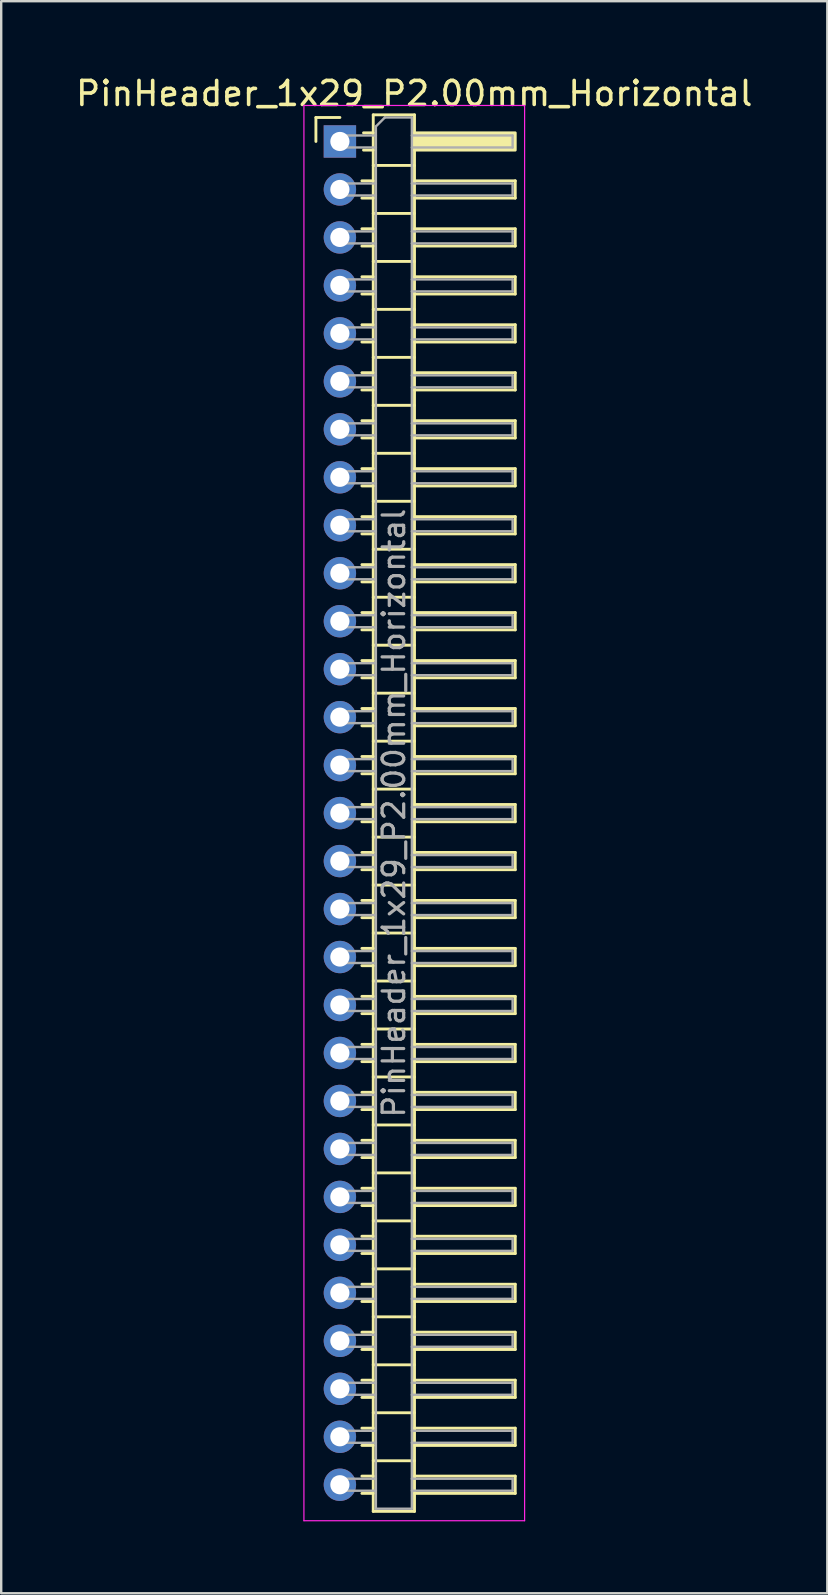
<source format=kicad_pcb>
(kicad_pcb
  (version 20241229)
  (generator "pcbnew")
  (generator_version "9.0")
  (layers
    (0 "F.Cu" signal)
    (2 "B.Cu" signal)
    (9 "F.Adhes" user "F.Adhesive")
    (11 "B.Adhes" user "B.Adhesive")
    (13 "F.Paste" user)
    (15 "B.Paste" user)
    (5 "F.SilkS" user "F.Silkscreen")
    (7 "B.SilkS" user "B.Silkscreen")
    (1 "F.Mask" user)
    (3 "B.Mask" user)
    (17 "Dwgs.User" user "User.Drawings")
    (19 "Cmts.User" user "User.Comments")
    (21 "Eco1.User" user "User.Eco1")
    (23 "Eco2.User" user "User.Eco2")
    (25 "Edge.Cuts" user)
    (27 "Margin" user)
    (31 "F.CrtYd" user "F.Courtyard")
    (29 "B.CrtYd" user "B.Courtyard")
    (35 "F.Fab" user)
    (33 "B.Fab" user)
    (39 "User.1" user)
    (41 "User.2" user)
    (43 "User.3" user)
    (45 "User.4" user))
  (footprint "PinHeader_1x29_P2.00mm_Horizontal"
    (layer "F.Cu")
    (at 11.12 2.848)
    (property "Reference" "PinHeader_1x29_P2.00mm_Horizontal" (at 3.1 -2 0) (layer "F.SilkS") (effects (font (size 1 1) (thickness 0.15))))
    (attr through_hole)
    (fp_line (start -1 -1) (end 0 -1) (stroke (width 0.12) (type solid)) (layer "F.SilkS"))
    (fp_line (start -1 0) (end -1 -1) (stroke (width 0.12) (type solid)) (layer "F.SilkS"))
    (fp_line (start 0.917 1.64) (end 1.39 1.64) (stroke (width 0.12) (type solid)) (layer "F.SilkS"))
    (fp_line (start 0.917 2.36) (end 1.39 2.36) (stroke (width 0.12) (type solid)) (layer "F.SilkS"))
    (fp_line (start 0.917 3.64) (end 1.39 3.64) (stroke (width 0.12) (type solid)) (layer "F.SilkS"))
    (fp_line (start 0.917 4.36) (end 1.39 4.36) (stroke (width 0.12) (type solid)) (layer "F.SilkS"))
    (fp_line (start 0.917 5.64) (end 1.39 5.64) (stroke (width 0.12) (type solid)) (layer "F.SilkS"))
    (fp_line (start 0.917 6.36) (end 1.39 6.36) (stroke (width 0.12) (type solid)) (layer "F.SilkS"))
    (fp_line (start 0.917 7.64) (end 1.39 7.64) (stroke (width 0.12) (type solid)) (layer "F.SilkS"))
    (fp_line (start 0.917 8.36) (end 1.39 8.36) (stroke (width 0.12) (type solid)) (layer "F.SilkS"))
    (fp_line (start 0.917 9.64) (end 1.39 9.64) (stroke (width 0.12) (type solid)) (layer "F.SilkS"))
    (fp_line (start 0.917 10.36) (end 1.39 10.36) (stroke (width 0.12) (type solid)) (layer "F.SilkS"))
    (fp_line (start 0.917 11.64) (end 1.39 11.64) (stroke (width 0.12) (type solid)) (layer "F.SilkS"))
    (fp_line (start 0.917 12.36) (end 1.39 12.36) (stroke (width 0.12) (type solid)) (layer "F.SilkS"))
    (fp_line (start 0.917 13.64) (end 1.39 13.64) (stroke (width 0.12) (type solid)) (layer "F.SilkS"))
    (fp_line (start 0.917 14.36) (end 1.39 14.36) (stroke (width 0.12) (type solid)) (layer "F.SilkS"))
    (fp_line (start 0.917 15.64) (end 1.39 15.64) (stroke (width 0.12) (type solid)) (layer "F.SilkS"))
    (fp_line (start 0.917 16.36) (end 1.39 16.36) (stroke (width 0.12) (type solid)) (layer "F.SilkS"))
    (fp_line (start 0.917 17.64) (end 1.39 17.64) (stroke (width 0.12) (type solid)) (layer "F.SilkS"))
    (fp_line (start 0.917 18.36) (end 1.39 18.36) (stroke (width 0.12) (type solid)) (layer "F.SilkS"))
    (fp_line (start 0.917 19.64) (end 1.39 19.64) (stroke (width 0.12) (type solid)) (layer "F.SilkS"))
    (fp_line (start 0.917 20.36) (end 1.39 20.36) (stroke (width 0.12) (type solid)) (layer "F.SilkS"))
    (fp_line (start 0.917 21.64) (end 1.39 21.64) (stroke (width 0.12) (type solid)) (layer "F.SilkS"))
    (fp_line (start 0.917 22.36) (end 1.39 22.36) (stroke (width 0.12) (type solid)) (layer "F.SilkS"))
    (fp_line (start 0.917 23.64) (end 1.39 23.64) (stroke (width 0.12) (type solid)) (layer "F.SilkS"))
    (fp_line (start 0.917 24.36) (end 1.39 24.36) (stroke (width 0.12) (type solid)) (layer "F.SilkS"))
    (fp_line (start 0.917 25.64) (end 1.39 25.64) (stroke (width 0.12) (type solid)) (layer "F.SilkS"))
    (fp_line (start 0.917 26.36) (end 1.39 26.36) (stroke (width 0.12) (type solid)) (layer "F.SilkS"))
    (fp_line (start 0.917 27.64) (end 1.39 27.64) (stroke (width 0.12) (type solid)) (layer "F.SilkS"))
    (fp_line (start 0.917 28.36) (end 1.39 28.36) (stroke (width 0.12) (type solid)) (layer "F.SilkS"))
    (fp_line (start 0.917 29.64) (end 1.39 29.64) (stroke (width 0.12) (type solid)) (layer "F.SilkS"))
    (fp_line (start 0.917 30.36) (end 1.39 30.36) (stroke (width 0.12) (type solid)) (layer "F.SilkS"))
    (fp_line (start 0.917 31.64) (end 1.39 31.64) (stroke (width 0.12) (type solid)) (layer "F.SilkS"))
    (fp_line (start 0.917 32.36) (end 1.39 32.36) (stroke (width 0.12) (type solid)) (layer "F.SilkS"))
    (fp_line (start 0.917 33.64) (end 1.39 33.64) (stroke (width 0.12) (type solid)) (layer "F.SilkS"))
    (fp_line (start 0.917 34.36) (end 1.39 34.36) (stroke (width 0.12) (type solid)) (layer "F.SilkS"))
    (fp_line (start 0.917 35.64) (end 1.39 35.64) (stroke (width 0.12) (type solid)) (layer "F.SilkS"))
    (fp_line (start 0.917 36.36) (end 1.39 36.36) (stroke (width 0.12) (type solid)) (layer "F.SilkS"))
    (fp_line (start 0.917 37.64) (end 1.39 37.64) (stroke (width 0.12) (type solid)) (layer "F.SilkS"))
    (fp_line (start 0.917 38.36) (end 1.39 38.36) (stroke (width 0.12) (type solid)) (layer "F.SilkS"))
    (fp_line (start 0.917 39.64) (end 1.39 39.64) (stroke (width 0.12) (type solid)) (layer "F.SilkS"))
    (fp_line (start 0.917 40.36) (end 1.39 40.36) (stroke (width 0.12) (type solid)) (layer "F.SilkS"))
    (fp_line (start 0.917 41.64) (end 1.39 41.64) (stroke (width 0.12) (type solid)) (layer "F.SilkS"))
    (fp_line (start 0.917 42.36) (end 1.39 42.36) (stroke (width 0.12) (type solid)) (layer "F.SilkS"))
    (fp_line (start 0.917 43.64) (end 1.39 43.64) (stroke (width 0.12) (type solid)) (layer "F.SilkS"))
    (fp_line (start 0.917 44.36) (end 1.39 44.36) (stroke (width 0.12) (type solid)) (layer "F.SilkS"))
    (fp_line (start 0.917 45.64) (end 1.39 45.64) (stroke (width 0.12) (type solid)) (layer "F.SilkS"))
    (fp_line (start 0.917 46.36) (end 1.39 46.36) (stroke (width 0.12) (type solid)) (layer "F.SilkS"))
    (fp_line (start 0.917 47.64) (end 1.39 47.64) (stroke (width 0.12) (type solid)) (layer "F.SilkS"))
    (fp_line (start 0.917 48.36) (end 1.39 48.36) (stroke (width 0.12) (type solid)) (layer "F.SilkS"))
    (fp_line (start 0.917 49.64) (end 1.39 49.64) (stroke (width 0.12) (type solid)) (layer "F.SilkS"))
    (fp_line (start 0.917 50.36) (end 1.39 50.36) (stroke (width 0.12) (type solid)) (layer "F.SilkS"))
    (fp_line (start 0.917 51.64) (end 1.39 51.64) (stroke (width 0.12) (type solid)) (layer "F.SilkS"))
    (fp_line (start 0.917 52.36) (end 1.39 52.36) (stroke (width 0.12) (type solid)) (layer "F.SilkS"))
    (fp_line (start 0.917 53.64) (end 1.39 53.64) (stroke (width 0.12) (type solid)) (layer "F.SilkS"))
    (fp_line (start 0.917 54.36) (end 1.39 54.36) (stroke (width 0.12) (type solid)) (layer "F.SilkS"))
    (fp_line (start 0.917 55.64) (end 1.39 55.64) (stroke (width 0.12) (type solid)) (layer "F.SilkS"))
    (fp_line (start 0.917 56.36) (end 1.39 56.36) (stroke (width 0.12) (type solid)) (layer "F.SilkS"))
    (fp_line (start 0.985 -0.36) (end 1.39 -0.36) (stroke (width 0.12) (type solid)) (layer "F.SilkS"))
    (fp_line (start 0.985 0.36) (end 1.39 0.36) (stroke (width 0.12) (type solid)) (layer "F.SilkS"))
    (fp_line (start 1.39 -1.11) (end 1.39 57.11) (stroke (width 0.12) (type solid)) (layer "F.SilkS"))
    (fp_line (start 1.39 1) (end 3.11 1) (stroke (width 0.12) (type solid)) (layer "F.SilkS"))
    (fp_line (start 1.39 3) (end 3.11 3) (stroke (width 0.12) (type solid)) (layer "F.SilkS"))
    (fp_line (start 1.39 5) (end 3.11 5) (stroke (width 0.12) (type solid)) (layer "F.SilkS"))
    (fp_line (start 1.39 7) (end 3.11 7) (stroke (width 0.12) (type solid)) (layer "F.SilkS"))
    (fp_line (start 1.39 9) (end 3.11 9) (stroke (width 0.12) (type solid)) (layer "F.SilkS"))
    (fp_line (start 1.39 11) (end 3.11 11) (stroke (width 0.12) (type solid)) (layer "F.SilkS"))
    (fp_line (start 1.39 13) (end 3.11 13) (stroke (width 0.12) (type solid)) (layer "F.SilkS"))
    (fp_line (start 1.39 15) (end 3.11 15) (stroke (width 0.12) (type solid)) (layer "F.SilkS"))
    (fp_line (start 1.39 17) (end 3.11 17) (stroke (width 0.12) (type solid)) (layer "F.SilkS"))
    (fp_line (start 1.39 19) (end 3.11 19) (stroke (width 0.12) (type solid)) (layer "F.SilkS"))
    (fp_line (start 1.39 21) (end 3.11 21) (stroke (width 0.12) (type solid)) (layer "F.SilkS"))
    (fp_line (start 1.39 23) (end 3.11 23) (stroke (width 0.12) (type solid)) (layer "F.SilkS"))
    (fp_line (start 1.39 25) (end 3.11 25) (stroke (width 0.12) (type solid)) (layer "F.SilkS"))
    (fp_line (start 1.39 27) (end 3.11 27) (stroke (width 0.12) (type solid)) (layer "F.SilkS"))
    (fp_line (start 1.39 29) (end 3.11 29) (stroke (width 0.12) (type solid)) (layer "F.SilkS"))
    (fp_line (start 1.39 31) (end 3.11 31) (stroke (width 0.12) (type solid)) (layer "F.SilkS"))
    (fp_line (start 1.39 33) (end 3.11 33) (stroke (width 0.12) (type solid)) (layer "F.SilkS"))
    (fp_line (start 1.39 35) (end 3.11 35) (stroke (width 0.12) (type solid)) (layer "F.SilkS"))
    (fp_line (start 1.39 37) (end 3.11 37) (stroke (width 0.12) (type solid)) (layer "F.SilkS"))
    (fp_line (start 1.39 39) (end 3.11 39) (stroke (width 0.12) (type solid)) (layer "F.SilkS"))
    (fp_line (start 1.39 41) (end 3.11 41) (stroke (width 0.12) (type solid)) (layer "F.SilkS"))
    (fp_line (start 1.39 43) (end 3.11 43) (stroke (width 0.12) (type solid)) (layer "F.SilkS"))
    (fp_line (start 1.39 45) (end 3.11 45) (stroke (width 0.12) (type solid)) (layer "F.SilkS"))
    (fp_line (start 1.39 47) (end 3.11 47) (stroke (width 0.12) (type solid)) (layer "F.SilkS"))
    (fp_line (start 1.39 49) (end 3.11 49) (stroke (width 0.12) (type solid)) (layer "F.SilkS"))
    (fp_line (start 1.39 51) (end 3.11 51) (stroke (width 0.12) (type solid)) (layer "F.SilkS"))
    (fp_line (start 1.39 53) (end 3.11 53) (stroke (width 0.12) (type solid)) (layer "F.SilkS"))
    (fp_line (start 1.39 55) (end 3.11 55) (stroke (width 0.12) (type solid)) (layer "F.SilkS"))
    (fp_line (start 1.39 57.11) (end 3.11 57.11) (stroke (width 0.12) (type solid)) (layer "F.SilkS"))
    (fp_line (start 3.11 -1.11) (end 1.39 -1.11) (stroke (width 0.12) (type solid)) (layer "F.SilkS"))
    (fp_line (start 3.11 1.64) (end 7.31 1.64) (stroke (width 0.12) (type solid)) (layer "F.SilkS"))
    (fp_line (start 3.11 3.64) (end 7.31 3.64) (stroke (width 0.12) (type solid)) (layer "F.SilkS"))
    (fp_line (start 3.11 5.64) (end 7.31 5.64) (stroke (width 0.12) (type solid)) (layer "F.SilkS"))
    (fp_line (start 3.11 7.64) (end 7.31 7.64) (stroke (width 0.12) (type solid)) (layer "F.SilkS"))
    (fp_line (start 3.11 9.64) (end 7.31 9.64) (stroke (width 0.12) (type solid)) (layer "F.SilkS"))
    (fp_line (start 3.11 11.64) (end 7.31 11.64) (stroke (width 0.12) (type solid)) (layer "F.SilkS"))
    (fp_line (start 3.11 13.64) (end 7.31 13.64) (stroke (width 0.12) (type solid)) (layer "F.SilkS"))
    (fp_line (start 3.11 15.64) (end 7.31 15.64) (stroke (width 0.12) (type solid)) (layer "F.SilkS"))
    (fp_line (start 3.11 17.64) (end 7.31 17.64) (stroke (width 0.12) (type solid)) (layer "F.SilkS"))
    (fp_line (start 3.11 19.64) (end 7.31 19.64) (stroke (width 0.12) (type solid)) (layer "F.SilkS"))
    (fp_line (start 3.11 21.64) (end 7.31 21.64) (stroke (width 0.12) (type solid)) (layer "F.SilkS"))
    (fp_line (start 3.11 23.64) (end 7.31 23.64) (stroke (width 0.12) (type solid)) (layer "F.SilkS"))
    (fp_line (start 3.11 25.64) (end 7.31 25.64) (stroke (width 0.12) (type solid)) (layer "F.SilkS"))
    (fp_line (start 3.11 27.64) (end 7.31 27.64) (stroke (width 0.12) (type solid)) (layer "F.SilkS"))
    (fp_line (start 3.11 29.64) (end 7.31 29.64) (stroke (width 0.12) (type solid)) (layer "F.SilkS"))
    (fp_line (start 3.11 31.64) (end 7.31 31.64) (stroke (width 0.12) (type solid)) (layer "F.SilkS"))
    (fp_line (start 3.11 33.64) (end 7.31 33.64) (stroke (width 0.12) (type solid)) (layer "F.SilkS"))
    (fp_line (start 3.11 35.64) (end 7.31 35.64) (stroke (width 0.12) (type solid)) (layer "F.SilkS"))
    (fp_line (start 3.11 37.64) (end 7.31 37.64) (stroke (width 0.12) (type solid)) (layer "F.SilkS"))
    (fp_line (start 3.11 39.64) (end 7.31 39.64) (stroke (width 0.12) (type solid)) (layer "F.SilkS"))
    (fp_line (start 3.11 41.64) (end 7.31 41.64) (stroke (width 0.12) (type solid)) (layer "F.SilkS"))
    (fp_line (start 3.11 43.64) (end 7.31 43.64) (stroke (width 0.12) (type solid)) (layer "F.SilkS"))
    (fp_line (start 3.11 45.64) (end 7.31 45.64) (stroke (width 0.12) (type solid)) (layer "F.SilkS"))
    (fp_line (start 3.11 47.64) (end 7.31 47.64) (stroke (width 0.12) (type solid)) (layer "F.SilkS"))
    (fp_line (start 3.11 49.64) (end 7.31 49.64) (stroke (width 0.12) (type solid)) (layer "F.SilkS"))
    (fp_line (start 3.11 51.64) (end 7.31 51.64) (stroke (width 0.12) (type solid)) (layer "F.SilkS"))
    (fp_line (start 3.11 53.64) (end 7.31 53.64) (stroke (width 0.12) (type solid)) (layer "F.SilkS"))
    (fp_line (start 3.11 55.64) (end 7.31 55.64) (stroke (width 0.12) (type solid)) (layer "F.SilkS"))
    (fp_line (start 3.11 57.11) (end 3.11 -1.11) (stroke (width 0.12) (type solid)) (layer "F.SilkS"))
    (fp_line (start 7.31 1.64) (end 7.31 2.36) (stroke (width 0.12) (type solid)) (layer "F.SilkS"))
    (fp_line (start 7.31 2.36) (end 3.11 2.36) (stroke (width 0.12) (type solid)) (layer "F.SilkS"))
    (fp_line (start 7.31 3.64) (end 7.31 4.36) (stroke (width 0.12) (type solid)) (layer "F.SilkS"))
    (fp_line (start 7.31 4.36) (end 3.11 4.36) (stroke (width 0.12) (type solid)) (layer "F.SilkS"))
    (fp_line (start 7.31 5.64) (end 7.31 6.36) (stroke (width 0.12) (type solid)) (layer "F.SilkS"))
    (fp_line (start 7.31 6.36) (end 3.11 6.36) (stroke (width 0.12) (type solid)) (layer "F.SilkS"))
    (fp_line (start 7.31 7.64) (end 7.31 8.36) (stroke (width 0.12) (type solid)) (layer "F.SilkS"))
    (fp_line (start 7.31 8.36) (end 3.11 8.36) (stroke (width 0.12) (type solid)) (layer "F.SilkS"))
    (fp_line (start 7.31 9.64) (end 7.31 10.36) (stroke (width 0.12) (type solid)) (layer "F.SilkS"))
    (fp_line (start 7.31 10.36) (end 3.11 10.36) (stroke (width 0.12) (type solid)) (layer "F.SilkS"))
    (fp_line (start 7.31 11.64) (end 7.31 12.36) (stroke (width 0.12) (type solid)) (layer "F.SilkS"))
    (fp_line (start 7.31 12.36) (end 3.11 12.36) (stroke (width 0.12) (type solid)) (layer "F.SilkS"))
    (fp_line (start 7.31 13.64) (end 7.31 14.36) (stroke (width 0.12) (type solid)) (layer "F.SilkS"))
    (fp_line (start 7.31 14.36) (end 3.11 14.36) (stroke (width 0.12) (type solid)) (layer "F.SilkS"))
    (fp_line (start 7.31 15.64) (end 7.31 16.36) (stroke (width 0.12) (type solid)) (layer "F.SilkS"))
    (fp_line (start 7.31 16.36) (end 3.11 16.36) (stroke (width 0.12) (type solid)) (layer "F.SilkS"))
    (fp_line (start 7.31 17.64) (end 7.31 18.36) (stroke (width 0.12) (type solid)) (layer "F.SilkS"))
    (fp_line (start 7.31 18.36) (end 3.11 18.36) (stroke (width 0.12) (type solid)) (layer "F.SilkS"))
    (fp_line (start 7.31 19.64) (end 7.31 20.36) (stroke (width 0.12) (type solid)) (layer "F.SilkS"))
    (fp_line (start 7.31 20.36) (end 3.11 20.36) (stroke (width 0.12) (type solid)) (layer "F.SilkS"))
    (fp_line (start 7.31 21.64) (end 7.31 22.36) (stroke (width 0.12) (type solid)) (layer "F.SilkS"))
    (fp_line (start 7.31 22.36) (end 3.11 22.36) (stroke (width 0.12) (type solid)) (layer "F.SilkS"))
    (fp_line (start 7.31 23.64) (end 7.31 24.36) (stroke (width 0.12) (type solid)) (layer "F.SilkS"))
    (fp_line (start 7.31 24.36) (end 3.11 24.36) (stroke (width 0.12) (type solid)) (layer "F.SilkS"))
    (fp_line (start 7.31 25.64) (end 7.31 26.36) (stroke (width 0.12) (type solid)) (layer "F.SilkS"))
    (fp_line (start 7.31 26.36) (end 3.11 26.36) (stroke (width 0.12) (type solid)) (layer "F.SilkS"))
    (fp_line (start 7.31 27.64) (end 7.31 28.36) (stroke (width 0.12) (type solid)) (layer "F.SilkS"))
    (fp_line (start 7.31 28.36) (end 3.11 28.36) (stroke (width 0.12) (type solid)) (layer "F.SilkS"))
    (fp_line (start 7.31 29.64) (end 7.31 30.36) (stroke (width 0.12) (type solid)) (layer "F.SilkS"))
    (fp_line (start 7.31 30.36) (end 3.11 30.36) (stroke (width 0.12) (type solid)) (layer "F.SilkS"))
    (fp_line (start 7.31 31.64) (end 7.31 32.36) (stroke (width 0.12) (type solid)) (layer "F.SilkS"))
    (fp_line (start 7.31 32.36) (end 3.11 32.36) (stroke (width 0.12) (type solid)) (layer "F.SilkS"))
    (fp_line (start 7.31 33.64) (end 7.31 34.36) (stroke (width 0.12) (type solid)) (layer "F.SilkS"))
    (fp_line (start 7.31 34.36) (end 3.11 34.36) (stroke (width 0.12) (type solid)) (layer "F.SilkS"))
    (fp_line (start 7.31 35.64) (end 7.31 36.36) (stroke (width 0.12) (type solid)) (layer "F.SilkS"))
    (fp_line (start 7.31 36.36) (end 3.11 36.36) (stroke (width 0.12) (type solid)) (layer "F.SilkS"))
    (fp_line (start 7.31 37.64) (end 7.31 38.36) (stroke (width 0.12) (type solid)) (layer "F.SilkS"))
    (fp_line (start 7.31 38.36) (end 3.11 38.36) (stroke (width 0.12) (type solid)) (layer "F.SilkS"))
    (fp_line (start 7.31 39.64) (end 7.31 40.36) (stroke (width 0.12) (type solid)) (layer "F.SilkS"))
    (fp_line (start 7.31 40.36) (end 3.11 40.36) (stroke (width 0.12) (type solid)) (layer "F.SilkS"))
    (fp_line (start 7.31 41.64) (end 7.31 42.36) (stroke (width 0.12) (type solid)) (layer "F.SilkS"))
    (fp_line (start 7.31 42.36) (end 3.11 42.36) (stroke (width 0.12) (type solid)) (layer "F.SilkS"))
    (fp_line (start 7.31 43.64) (end 7.31 44.36) (stroke (width 0.12) (type solid)) (layer "F.SilkS"))
    (fp_line (start 7.31 44.36) (end 3.11 44.36) (stroke (width 0.12) (type solid)) (layer "F.SilkS"))
    (fp_line (start 7.31 45.64) (end 7.31 46.36) (stroke (width 0.12) (type solid)) (layer "F.SilkS"))
    (fp_line (start 7.31 46.36) (end 3.11 46.36) (stroke (width 0.12) (type solid)) (layer "F.SilkS"))
    (fp_line (start 7.31 47.64) (end 7.31 48.36) (stroke (width 0.12) (type solid)) (layer "F.SilkS"))
    (fp_line (start 7.31 48.36) (end 3.11 48.36) (stroke (width 0.12) (type solid)) (layer "F.SilkS"))
    (fp_line (start 7.31 49.64) (end 7.31 50.36) (stroke (width 0.12) (type solid)) (layer "F.SilkS"))
    (fp_line (start 7.31 50.36) (end 3.11 50.36) (stroke (width 0.12) (type solid)) (layer "F.SilkS"))
    (fp_line (start 7.31 51.64) (end 7.31 52.36) (stroke (width 0.12) (type solid)) (layer "F.SilkS"))
    (fp_line (start 7.31 52.36) (end 3.11 52.36) (stroke (width 0.12) (type solid)) (layer "F.SilkS"))
    (fp_line (start 7.31 53.64) (end 7.31 54.36) (stroke (width 0.12) (type solid)) (layer "F.SilkS"))
    (fp_line (start 7.31 54.36) (end 3.11 54.36) (stroke (width 0.12) (type solid)) (layer "F.SilkS"))
    (fp_line (start 7.31 55.64) (end 7.31 56.36) (stroke (width 0.12) (type solid)) (layer "F.SilkS"))
    (fp_line (start 7.31 56.36) (end 3.11 56.36) (stroke (width 0.12) (type solid)) (layer "F.SilkS"))
    (fp_rect (start 3.11 -0.36) (end 7.31 0.36) (stroke (width 0.12) (type solid)) (fill yes) (layer "F.SilkS"))
    (fp_line (start -1.5 -1.5) (end -1.5 57.5) (stroke (width 0.05) (type solid)) (layer "F.CrtYd"))
    (fp_line (start -1.5 57.5) (end 7.7 57.5) (stroke (width 0.05) (type solid)) (layer "F.CrtYd"))
    (fp_line (start 7.7 -1.5) (end -1.5 -1.5) (stroke (width 0.05) (type solid)) (layer "F.CrtYd"))
    (fp_line (start 7.7 57.5) (end 7.7 -1.5) (stroke (width 0.05) (type solid)) (layer "F.CrtYd"))
    (fp_line (start -0.25 -0.25) (end -0.25 0.25) (stroke (width 0.1) (type solid)) (layer "F.Fab"))
    (fp_line (start -0.25 -0.25) (end 1.5 -0.25) (stroke (width 0.1) (type solid)) (layer "F.Fab"))
    (fp_line (start -0.25 0.25) (end 1.5 0.25) (stroke (width 0.1) (type solid)) (layer "F.Fab"))
    (fp_line (start -0.25 1.75) (end -0.25 2.25) (stroke (width 0.1) (type solid)) (layer "F.Fab"))
    (fp_line (start -0.25 1.75) (end 1.5 1.75) (stroke (width 0.1) (type solid)) (layer "F.Fab"))
    (fp_line (start -0.25 2.25) (end 1.5 2.25) (stroke (width 0.1) (type solid)) (layer "F.Fab"))
    (fp_line (start -0.25 3.75) (end -0.25 4.25) (stroke (width 0.1) (type solid)) (layer "F.Fab"))
    (fp_line (start -0.25 3.75) (end 1.5 3.75) (stroke (width 0.1) (type solid)) (layer "F.Fab"))
    (fp_line (start -0.25 4.25) (end 1.5 4.25) (stroke (width 0.1) (type solid)) (layer "F.Fab"))
    (fp_line (start -0.25 5.75) (end -0.25 6.25) (stroke (width 0.1) (type solid)) (layer "F.Fab"))
    (fp_line (start -0.25 5.75) (end 1.5 5.75) (stroke (width 0.1) (type solid)) (layer "F.Fab"))
    (fp_line (start -0.25 6.25) (end 1.5 6.25) (stroke (width 0.1) (type solid)) (layer "F.Fab"))
    (fp_line (start -0.25 7.75) (end -0.25 8.25) (stroke (width 0.1) (type solid)) (layer "F.Fab"))
    (fp_line (start -0.25 7.75) (end 1.5 7.75) (stroke (width 0.1) (type solid)) (layer "F.Fab"))
    (fp_line (start -0.25 8.25) (end 1.5 8.25) (stroke (width 0.1) (type solid)) (layer "F.Fab"))
    (fp_line (start -0.25 9.75) (end -0.25 10.25) (stroke (width 0.1) (type solid)) (layer "F.Fab"))
    (fp_line (start -0.25 9.75) (end 1.5 9.75) (stroke (width 0.1) (type solid)) (layer "F.Fab"))
    (fp_line (start -0.25 10.25) (end 1.5 10.25) (stroke (width 0.1) (type solid)) (layer "F.Fab"))
    (fp_line (start -0.25 11.75) (end -0.25 12.25) (stroke (width 0.1) (type solid)) (layer "F.Fab"))
    (fp_line (start -0.25 11.75) (end 1.5 11.75) (stroke (width 0.1) (type solid)) (layer "F.Fab"))
    (fp_line (start -0.25 12.25) (end 1.5 12.25) (stroke (width 0.1) (type solid)) (layer "F.Fab"))
    (fp_line (start -0.25 13.75) (end -0.25 14.25) (stroke (width 0.1) (type solid)) (layer "F.Fab"))
    (fp_line (start -0.25 13.75) (end 1.5 13.75) (stroke (width 0.1) (type solid)) (layer "F.Fab"))
    (fp_line (start -0.25 14.25) (end 1.5 14.25) (stroke (width 0.1) (type solid)) (layer "F.Fab"))
    (fp_line (start -0.25 15.75) (end -0.25 16.25) (stroke (width 0.1) (type solid)) (layer "F.Fab"))
    (fp_line (start -0.25 15.75) (end 1.5 15.75) (stroke (width 0.1) (type solid)) (layer "F.Fab"))
    (fp_line (start -0.25 16.25) (end 1.5 16.25) (stroke (width 0.1) (type solid)) (layer "F.Fab"))
    (fp_line (start -0.25 17.75) (end -0.25 18.25) (stroke (width 0.1) (type solid)) (layer "F.Fab"))
    (fp_line (start -0.25 17.75) (end 1.5 17.75) (stroke (width 0.1) (type solid)) (layer "F.Fab"))
    (fp_line (start -0.25 18.25) (end 1.5 18.25) (stroke (width 0.1) (type solid)) (layer "F.Fab"))
    (fp_line (start -0.25 19.75) (end -0.25 20.25) (stroke (width 0.1) (type solid)) (layer "F.Fab"))
    (fp_line (start -0.25 19.75) (end 1.5 19.75) (stroke (width 0.1) (type solid)) (layer "F.Fab"))
    (fp_line (start -0.25 20.25) (end 1.5 20.25) (stroke (width 0.1) (type solid)) (layer "F.Fab"))
    (fp_line (start -0.25 21.75) (end -0.25 22.25) (stroke (width 0.1) (type solid)) (layer "F.Fab"))
    (fp_line (start -0.25 21.75) (end 1.5 21.75) (stroke (width 0.1) (type solid)) (layer "F.Fab"))
    (fp_line (start -0.25 22.25) (end 1.5 22.25) (stroke (width 0.1) (type solid)) (layer "F.Fab"))
    (fp_line (start -0.25 23.75) (end -0.25 24.25) (stroke (width 0.1) (type solid)) (layer "F.Fab"))
    (fp_line (start -0.25 23.75) (end 1.5 23.75) (stroke (width 0.1) (type solid)) (layer "F.Fab"))
    (fp_line (start -0.25 24.25) (end 1.5 24.25) (stroke (width 0.1) (type solid)) (layer "F.Fab"))
    (fp_line (start -0.25 25.75) (end -0.25 26.25) (stroke (width 0.1) (type solid)) (layer "F.Fab"))
    (fp_line (start -0.25 25.75) (end 1.5 25.75) (stroke (width 0.1) (type solid)) (layer "F.Fab"))
    (fp_line (start -0.25 26.25) (end 1.5 26.25) (stroke (width 0.1) (type solid)) (layer "F.Fab"))
    (fp_line (start -0.25 27.75) (end -0.25 28.25) (stroke (width 0.1) (type solid)) (layer "F.Fab"))
    (fp_line (start -0.25 27.75) (end 1.5 27.75) (stroke (width 0.1) (type solid)) (layer "F.Fab"))
    (fp_line (start -0.25 28.25) (end 1.5 28.25) (stroke (width 0.1) (type solid)) (layer "F.Fab"))
    (fp_line (start -0.25 29.75) (end -0.25 30.25) (stroke (width 0.1) (type solid)) (layer "F.Fab"))
    (fp_line (start -0.25 29.75) (end 1.5 29.75) (stroke (width 0.1) (type solid)) (layer "F.Fab"))
    (fp_line (start -0.25 30.25) (end 1.5 30.25) (stroke (width 0.1) (type solid)) (layer "F.Fab"))
    (fp_line (start -0.25 31.75) (end -0.25 32.25) (stroke (width 0.1) (type solid)) (layer "F.Fab"))
    (fp_line (start -0.25 31.75) (end 1.5 31.75) (stroke (width 0.1) (type solid)) (layer "F.Fab"))
    (fp_line (start -0.25 32.25) (end 1.5 32.25) (stroke (width 0.1) (type solid)) (layer "F.Fab"))
    (fp_line (start -0.25 33.75) (end -0.25 34.25) (stroke (width 0.1) (type solid)) (layer "F.Fab"))
    (fp_line (start -0.25 33.75) (end 1.5 33.75) (stroke (width 0.1) (type solid)) (layer "F.Fab"))
    (fp_line (start -0.25 34.25) (end 1.5 34.25) (stroke (width 0.1) (type solid)) (layer "F.Fab"))
    (fp_line (start -0.25 35.75) (end -0.25 36.25) (stroke (width 0.1) (type solid)) (layer "F.Fab"))
    (fp_line (start -0.25 35.75) (end 1.5 35.75) (stroke (width 0.1) (type solid)) (layer "F.Fab"))
    (fp_line (start -0.25 36.25) (end 1.5 36.25) (stroke (width 0.1) (type solid)) (layer "F.Fab"))
    (fp_line (start -0.25 37.75) (end -0.25 38.25) (stroke (width 0.1) (type solid)) (layer "F.Fab"))
    (fp_line (start -0.25 37.75) (end 1.5 37.75) (stroke (width 0.1) (type solid)) (layer "F.Fab"))
    (fp_line (start -0.25 38.25) (end 1.5 38.25) (stroke (width 0.1) (type solid)) (layer "F.Fab"))
    (fp_line (start -0.25 39.75) (end -0.25 40.25) (stroke (width 0.1) (type solid)) (layer "F.Fab"))
    (fp_line (start -0.25 39.75) (end 1.5 39.75) (stroke (width 0.1) (type solid)) (layer "F.Fab"))
    (fp_line (start -0.25 40.25) (end 1.5 40.25) (stroke (width 0.1) (type solid)) (layer "F.Fab"))
    (fp_line (start -0.25 41.75) (end -0.25 42.25) (stroke (width 0.1) (type solid)) (layer "F.Fab"))
    (fp_line (start -0.25 41.75) (end 1.5 41.75) (stroke (width 0.1) (type solid)) (layer "F.Fab"))
    (fp_line (start -0.25 42.25) (end 1.5 42.25) (stroke (width 0.1) (type solid)) (layer "F.Fab"))
    (fp_line (start -0.25 43.75) (end -0.25 44.25) (stroke (width 0.1) (type solid)) (layer "F.Fab"))
    (fp_line (start -0.25 43.75) (end 1.5 43.75) (stroke (width 0.1) (type solid)) (layer "F.Fab"))
    (fp_line (start -0.25 44.25) (end 1.5 44.25) (stroke (width 0.1) (type solid)) (layer "F.Fab"))
    (fp_line (start -0.25 45.75) (end -0.25 46.25) (stroke (width 0.1) (type solid)) (layer "F.Fab"))
    (fp_line (start -0.25 45.75) (end 1.5 45.75) (stroke (width 0.1) (type solid)) (layer "F.Fab"))
    (fp_line (start -0.25 46.25) (end 1.5 46.25) (stroke (width 0.1) (type solid)) (layer "F.Fab"))
    (fp_line (start -0.25 47.75) (end -0.25 48.25) (stroke (width 0.1) (type solid)) (layer "F.Fab"))
    (fp_line (start -0.25 47.75) (end 1.5 47.75) (stroke (width 0.1) (type solid)) (layer "F.Fab"))
    (fp_line (start -0.25 48.25) (end 1.5 48.25) (stroke (width 0.1) (type solid)) (layer "F.Fab"))
    (fp_line (start -0.25 49.75) (end -0.25 50.25) (stroke (width 0.1) (type solid)) (layer "F.Fab"))
    (fp_line (start -0.25 49.75) (end 1.5 49.75) (stroke (width 0.1) (type solid)) (layer "F.Fab"))
    (fp_line (start -0.25 50.25) (end 1.5 50.25) (stroke (width 0.1) (type solid)) (layer "F.Fab"))
    (fp_line (start -0.25 51.75) (end -0.25 52.25) (stroke (width 0.1) (type solid)) (layer "F.Fab"))
    (fp_line (start -0.25 51.75) (end 1.5 51.75) (stroke (width 0.1) (type solid)) (layer "F.Fab"))
    (fp_line (start -0.25 52.25) (end 1.5 52.25) (stroke (width 0.1) (type solid)) (layer "F.Fab"))
    (fp_line (start -0.25 53.75) (end -0.25 54.25) (stroke (width 0.1) (type solid)) (layer "F.Fab"))
    (fp_line (start -0.25 53.75) (end 1.5 53.75) (stroke (width 0.1) (type solid)) (layer "F.Fab"))
    (fp_line (start -0.25 54.25) (end 1.5 54.25) (stroke (width 0.1) (type solid)) (layer "F.Fab"))
    (fp_line (start -0.25 55.75) (end -0.25 56.25) (stroke (width 0.1) (type solid)) (layer "F.Fab"))
    (fp_line (start -0.25 55.75) (end 1.5 55.75) (stroke (width 0.1) (type solid)) (layer "F.Fab"))
    (fp_line (start -0.25 56.25) (end 1.5 56.25) (stroke (width 0.1) (type solid)) (layer "F.Fab"))
    (fp_line (start 1.5 -0.625) (end 1.875 -1) (stroke (width 0.1) (type solid)) (layer "F.Fab"))
    (fp_line (start 1.5 57) (end 1.5 -0.625) (stroke (width 0.1) (type solid)) (layer "F.Fab"))
    (fp_line (start 1.875 -1) (end 3 -1) (stroke (width 0.1) (type solid)) (layer "F.Fab"))
    (fp_line (start 3 -1) (end 3 57) (stroke (width 0.1) (type solid)) (layer "F.Fab"))
    (fp_line (start 3 -0.25) (end 7.2 -0.25) (stroke (width 0.1) (type solid)) (layer "F.Fab"))
    (fp_line (start 3 0.25) (end 7.2 0.25) (stroke (width 0.1) (type solid)) (layer "F.Fab"))
    (fp_line (start 3 1.75) (end 7.2 1.75) (stroke (width 0.1) (type solid)) (layer "F.Fab"))
    (fp_line (start 3 2.25) (end 7.2 2.25) (stroke (width 0.1) (type solid)) (layer "F.Fab"))
    (fp_line (start 3 3.75) (end 7.2 3.75) (stroke (width 0.1) (type solid)) (layer "F.Fab"))
    (fp_line (start 3 4.25) (end 7.2 4.25) (stroke (width 0.1) (type solid)) (layer "F.Fab"))
    (fp_line (start 3 5.75) (end 7.2 5.75) (stroke (width 0.1) (type solid)) (layer "F.Fab"))
    (fp_line (start 3 6.25) (end 7.2 6.25) (stroke (width 0.1) (type solid)) (layer "F.Fab"))
    (fp_line (start 3 7.75) (end 7.2 7.75) (stroke (width 0.1) (type solid)) (layer "F.Fab"))
    (fp_line (start 3 8.25) (end 7.2 8.25) (stroke (width 0.1) (type solid)) (layer "F.Fab"))
    (fp_line (start 3 9.75) (end 7.2 9.75) (stroke (width 0.1) (type solid)) (layer "F.Fab"))
    (fp_line (start 3 10.25) (end 7.2 10.25) (stroke (width 0.1) (type solid)) (layer "F.Fab"))
    (fp_line (start 3 11.75) (end 7.2 11.75) (stroke (width 0.1) (type solid)) (layer "F.Fab"))
    (fp_line (start 3 12.25) (end 7.2 12.25) (stroke (width 0.1) (type solid)) (layer "F.Fab"))
    (fp_line (start 3 13.75) (end 7.2 13.75) (stroke (width 0.1) (type solid)) (layer "F.Fab"))
    (fp_line (start 3 14.25) (end 7.2 14.25) (stroke (width 0.1) (type solid)) (layer "F.Fab"))
    (fp_line (start 3 15.75) (end 7.2 15.75) (stroke (width 0.1) (type solid)) (layer "F.Fab"))
    (fp_line (start 3 16.25) (end 7.2 16.25) (stroke (width 0.1) (type solid)) (layer "F.Fab"))
    (fp_line (start 3 17.75) (end 7.2 17.75) (stroke (width 0.1) (type solid)) (layer "F.Fab"))
    (fp_line (start 3 18.25) (end 7.2 18.25) (stroke (width 0.1) (type solid)) (layer "F.Fab"))
    (fp_line (start 3 19.75) (end 7.2 19.75) (stroke (width 0.1) (type solid)) (layer "F.Fab"))
    (fp_line (start 3 20.25) (end 7.2 20.25) (stroke (width 0.1) (type solid)) (layer "F.Fab"))
    (fp_line (start 3 21.75) (end 7.2 21.75) (stroke (width 0.1) (type solid)) (layer "F.Fab"))
    (fp_line (start 3 22.25) (end 7.2 22.25) (stroke (width 0.1) (type solid)) (layer "F.Fab"))
    (fp_line (start 3 23.75) (end 7.2 23.75) (stroke (width 0.1) (type solid)) (layer "F.Fab"))
    (fp_line (start 3 24.25) (end 7.2 24.25) (stroke (width 0.1) (type solid)) (layer "F.Fab"))
    (fp_line (start 3 25.75) (end 7.2 25.75) (stroke (width 0.1) (type solid)) (layer "F.Fab"))
    (fp_line (start 3 26.25) (end 7.2 26.25) (stroke (width 0.1) (type solid)) (layer "F.Fab"))
    (fp_line (start 3 27.75) (end 7.2 27.75) (stroke (width 0.1) (type solid)) (layer "F.Fab"))
    (fp_line (start 3 28.25) (end 7.2 28.25) (stroke (width 0.1) (type solid)) (layer "F.Fab"))
    (fp_line (start 3 29.75) (end 7.2 29.75) (stroke (width 0.1) (type solid)) (layer "F.Fab"))
    (fp_line (start 3 30.25) (end 7.2 30.25) (stroke (width 0.1) (type solid)) (layer "F.Fab"))
    (fp_line (start 3 31.75) (end 7.2 31.75) (stroke (width 0.1) (type solid)) (layer "F.Fab"))
    (fp_line (start 3 32.25) (end 7.2 32.25) (stroke (width 0.1) (type solid)) (layer "F.Fab"))
    (fp_line (start 3 33.75) (end 7.2 33.75) (stroke (width 0.1) (type solid)) (layer "F.Fab"))
    (fp_line (start 3 34.25) (end 7.2 34.25) (stroke (width 0.1) (type solid)) (layer "F.Fab"))
    (fp_line (start 3 35.75) (end 7.2 35.75) (stroke (width 0.1) (type solid)) (layer "F.Fab"))
    (fp_line (start 3 36.25) (end 7.2 36.25) (stroke (width 0.1) (type solid)) (layer "F.Fab"))
    (fp_line (start 3 37.75) (end 7.2 37.75) (stroke (width 0.1) (type solid)) (layer "F.Fab"))
    (fp_line (start 3 38.25) (end 7.2 38.25) (stroke (width 0.1) (type solid)) (layer "F.Fab"))
    (fp_line (start 3 39.75) (end 7.2 39.75) (stroke (width 0.1) (type solid)) (layer "F.Fab"))
    (fp_line (start 3 40.25) (end 7.2 40.25) (stroke (width 0.1) (type solid)) (layer "F.Fab"))
    (fp_line (start 3 41.75) (end 7.2 41.75) (stroke (width 0.1) (type solid)) (layer "F.Fab"))
    (fp_line (start 3 42.25) (end 7.2 42.25) (stroke (width 0.1) (type solid)) (layer "F.Fab"))
    (fp_line (start 3 43.75) (end 7.2 43.75) (stroke (width 0.1) (type solid)) (layer "F.Fab"))
    (fp_line (start 3 44.25) (end 7.2 44.25) (stroke (width 0.1) (type solid)) (layer "F.Fab"))
    (fp_line (start 3 45.75) (end 7.2 45.75) (stroke (width 0.1) (type solid)) (layer "F.Fab"))
    (fp_line (start 3 46.25) (end 7.2 46.25) (stroke (width 0.1) (type solid)) (layer "F.Fab"))
    (fp_line (start 3 47.75) (end 7.2 47.75) (stroke (width 0.1) (type solid)) (layer "F.Fab"))
    (fp_line (start 3 48.25) (end 7.2 48.25) (stroke (width 0.1) (type solid)) (layer "F.Fab"))
    (fp_line (start 3 49.75) (end 7.2 49.75) (stroke (width 0.1) (type solid)) (layer "F.Fab"))
    (fp_line (start 3 50.25) (end 7.2 50.25) (stroke (width 0.1) (type solid)) (layer "F.Fab"))
    (fp_line (start 3 51.75) (end 7.2 51.75) (stroke (width 0.1) (type solid)) (layer "F.Fab"))
    (fp_line (start 3 52.25) (end 7.2 52.25) (stroke (width 0.1) (type solid)) (layer "F.Fab"))
    (fp_line (start 3 53.75) (end 7.2 53.75) (stroke (width 0.1) (type solid)) (layer "F.Fab"))
    (fp_line (start 3 54.25) (end 7.2 54.25) (stroke (width 0.1) (type solid)) (layer "F.Fab"))
    (fp_line (start 3 55.75) (end 7.2 55.75) (stroke (width 0.1) (type solid)) (layer "F.Fab"))
    (fp_line (start 3 56.25) (end 7.2 56.25) (stroke (width 0.1) (type solid)) (layer "F.Fab"))
    (fp_line (start 3 57) (end 1.5 57) (stroke (width 0.1) (type solid)) (layer "F.Fab"))
    (fp_line (start 7.2 -0.25) (end 7.2 0.25) (stroke (width 0.1) (type solid)) (layer "F.Fab"))
    (fp_line (start 7.2 1.75) (end 7.2 2.25) (stroke (width 0.1) (type solid)) (layer "F.Fab"))
    (fp_line (start 7.2 3.75) (end 7.2 4.25) (stroke (width 0.1) (type solid)) (layer "F.Fab"))
    (fp_line (start 7.2 5.75) (end 7.2 6.25) (stroke (width 0.1) (type solid)) (layer "F.Fab"))
    (fp_line (start 7.2 7.75) (end 7.2 8.25) (stroke (width 0.1) (type solid)) (layer "F.Fab"))
    (fp_line (start 7.2 9.75) (end 7.2 10.25) (stroke (width 0.1) (type solid)) (layer "F.Fab"))
    (fp_line (start 7.2 11.75) (end 7.2 12.25) (stroke (width 0.1) (type solid)) (layer "F.Fab"))
    (fp_line (start 7.2 13.75) (end 7.2 14.25) (stroke (width 0.1) (type solid)) (layer "F.Fab"))
    (fp_line (start 7.2 15.75) (end 7.2 16.25) (stroke (width 0.1) (type solid)) (layer "F.Fab"))
    (fp_line (start 7.2 17.75) (end 7.2 18.25) (stroke (width 0.1) (type solid)) (layer "F.Fab"))
    (fp_line (start 7.2 19.75) (end 7.2 20.25) (stroke (width 0.1) (type solid)) (layer "F.Fab"))
    (fp_line (start 7.2 21.75) (end 7.2 22.25) (stroke (width 0.1) (type solid)) (layer "F.Fab"))
    (fp_line (start 7.2 23.75) (end 7.2 24.25) (stroke (width 0.1) (type solid)) (layer "F.Fab"))
    (fp_line (start 7.2 25.75) (end 7.2 26.25) (stroke (width 0.1) (type solid)) (layer "F.Fab"))
    (fp_line (start 7.2 27.75) (end 7.2 28.25) (stroke (width 0.1) (type solid)) (layer "F.Fab"))
    (fp_line (start 7.2 29.75) (end 7.2 30.25) (stroke (width 0.1) (type solid)) (layer "F.Fab"))
    (fp_line (start 7.2 31.75) (end 7.2 32.25) (stroke (width 0.1) (type solid)) (layer "F.Fab"))
    (fp_line (start 7.2 33.75) (end 7.2 34.25) (stroke (width 0.1) (type solid)) (layer "F.Fab"))
    (fp_line (start 7.2 35.75) (end 7.2 36.25) (stroke (width 0.1) (type solid)) (layer "F.Fab"))
    (fp_line (start 7.2 37.75) (end 7.2 38.25) (stroke (width 0.1) (type solid)) (layer "F.Fab"))
    (fp_line (start 7.2 39.75) (end 7.2 40.25) (stroke (width 0.1) (type solid)) (layer "F.Fab"))
    (fp_line (start 7.2 41.75) (end 7.2 42.25) (stroke (width 0.1) (type solid)) (layer "F.Fab"))
    (fp_line (start 7.2 43.75) (end 7.2 44.25) (stroke (width 0.1) (type solid)) (layer "F.Fab"))
    (fp_line (start 7.2 45.75) (end 7.2 46.25) (stroke (width 0.1) (type solid)) (layer "F.Fab"))
    (fp_line (start 7.2 47.75) (end 7.2 48.25) (stroke (width 0.1) (type solid)) (layer "F.Fab"))
    (fp_line (start 7.2 49.75) (end 7.2 50.25) (stroke (width 0.1) (type solid)) (layer "F.Fab"))
    (fp_line (start 7.2 51.75) (end 7.2 52.25) (stroke (width 0.1) (type solid)) (layer "F.Fab"))
    (fp_line (start 7.2 53.75) (end 7.2 54.25) (stroke (width 0.1) (type solid)) (layer "F.Fab"))
    (fp_line (start 7.2 55.75) (end 7.2 56.25) (stroke (width 0.1) (type solid)) (layer "F.Fab"))
    (fp_text user "${REFERENCE}" (at 2.25 28 90) (layer "F.Fab") (effects (font (size 0.9 0.9) (thickness 0.135))))
    (pad "1" thru_hole rect (at 0 0) (size 1.35 1.35) (drill 0.8) (layers "*.Cu" "*.Mask"))
    (pad "2" thru_hole circle (at 0 2) (size 1.35 1.35) (drill 0.8) (layers "*.Cu" "*.Mask"))
    (pad "3" thru_hole circle (at 0 4) (size 1.35 1.35) (drill 0.8) (layers "*.Cu" "*.Mask"))
    (pad "4" thru_hole circle (at 0 6) (size 1.35 1.35) (drill 0.8) (layers "*.Cu" "*.Mask"))
    (pad "5" thru_hole circle (at 0 8) (size 1.35 1.35) (drill 0.8) (layers "*.Cu" "*.Mask"))
    (pad "6" thru_hole circle (at 0 10) (size 1.35 1.35) (drill 0.8) (layers "*.Cu" "*.Mask"))
    (pad "7" thru_hole circle (at 0 12) (size 1.35 1.35) (drill 0.8) (layers "*.Cu" "*.Mask"))
    (pad "8" thru_hole circle (at 0 14) (size 1.35 1.35) (drill 0.8) (layers "*.Cu" "*.Mask"))
    (pad "9" thru_hole circle (at 0 16) (size 1.35 1.35) (drill 0.8) (layers "*.Cu" "*.Mask"))
    (pad "10" thru_hole circle (at 0 18) (size 1.35 1.35) (drill 0.8) (layers "*.Cu" "*.Mask"))
    (pad "11" thru_hole circle (at 0 20) (size 1.35 1.35) (drill 0.8) (layers "*.Cu" "*.Mask"))
    (pad "12" thru_hole circle (at 0 22) (size 1.35 1.35) (drill 0.8) (layers "*.Cu" "*.Mask"))
    (pad "13" thru_hole circle (at 0 24) (size 1.35 1.35) (drill 0.8) (layers "*.Cu" "*.Mask"))
    (pad "14" thru_hole circle (at 0 26) (size 1.35 1.35) (drill 0.8) (layers "*.Cu" "*.Mask"))
    (pad "15" thru_hole circle (at 0 28) (size 1.35 1.35) (drill 0.8) (layers "*.Cu" "*.Mask"))
    (pad "16" thru_hole circle (at 0 30) (size 1.35 1.35) (drill 0.8) (layers "*.Cu" "*.Mask"))
    (pad "17" thru_hole circle (at 0 32) (size 1.35 1.35) (drill 0.8) (layers "*.Cu" "*.Mask"))
    (pad "18" thru_hole circle (at 0 34) (size 1.35 1.35) (drill 0.8) (layers "*.Cu" "*.Mask"))
    (pad "19" thru_hole circle (at 0 36) (size 1.35 1.35) (drill 0.8) (layers "*.Cu" "*.Mask"))
    (pad "20" thru_hole circle (at 0 38) (size 1.35 1.35) (drill 0.8) (layers "*.Cu" "*.Mask"))
    (pad "21" thru_hole circle (at 0 40) (size 1.35 1.35) (drill 0.8) (layers "*.Cu" "*.Mask"))
    (pad "22" thru_hole circle (at 0 42) (size 1.35 1.35) (drill 0.8) (layers "*.Cu" "*.Mask"))
    (pad "23" thru_hole circle (at 0 44) (size 1.35 1.35) (drill 0.8) (layers "*.Cu" "*.Mask"))
    (pad "24" thru_hole circle (at 0 46) (size 1.35 1.35) (drill 0.8) (layers "*.Cu" "*.Mask"))
    (pad "25" thru_hole circle (at 0 48) (size 1.35 1.35) (drill 0.8) (layers "*.Cu" "*.Mask"))
    (pad "26" thru_hole circle (at 0 50) (size 1.35 1.35) (drill 0.8) (layers "*.Cu" "*.Mask"))
    (pad "27" thru_hole circle (at 0 52) (size 1.35 1.35) (drill 0.8) (layers "*.Cu" "*.Mask"))
    (pad "28" thru_hole circle (at 0 54) (size 1.35 1.35) (drill 0.8) (layers "*.Cu" "*.Mask"))
    (pad "29" thru_hole circle (at 0 56) (size 1.35 1.35) (drill 0.8) (layers "*.Cu" "*.Mask")))
  (gr_rect
    (start -3 -3)
    (end 31.44 63.373)
    (stroke (width 0.1) (type default))
    (fill no)
    (layer "Edge.Cuts")))
</source>
